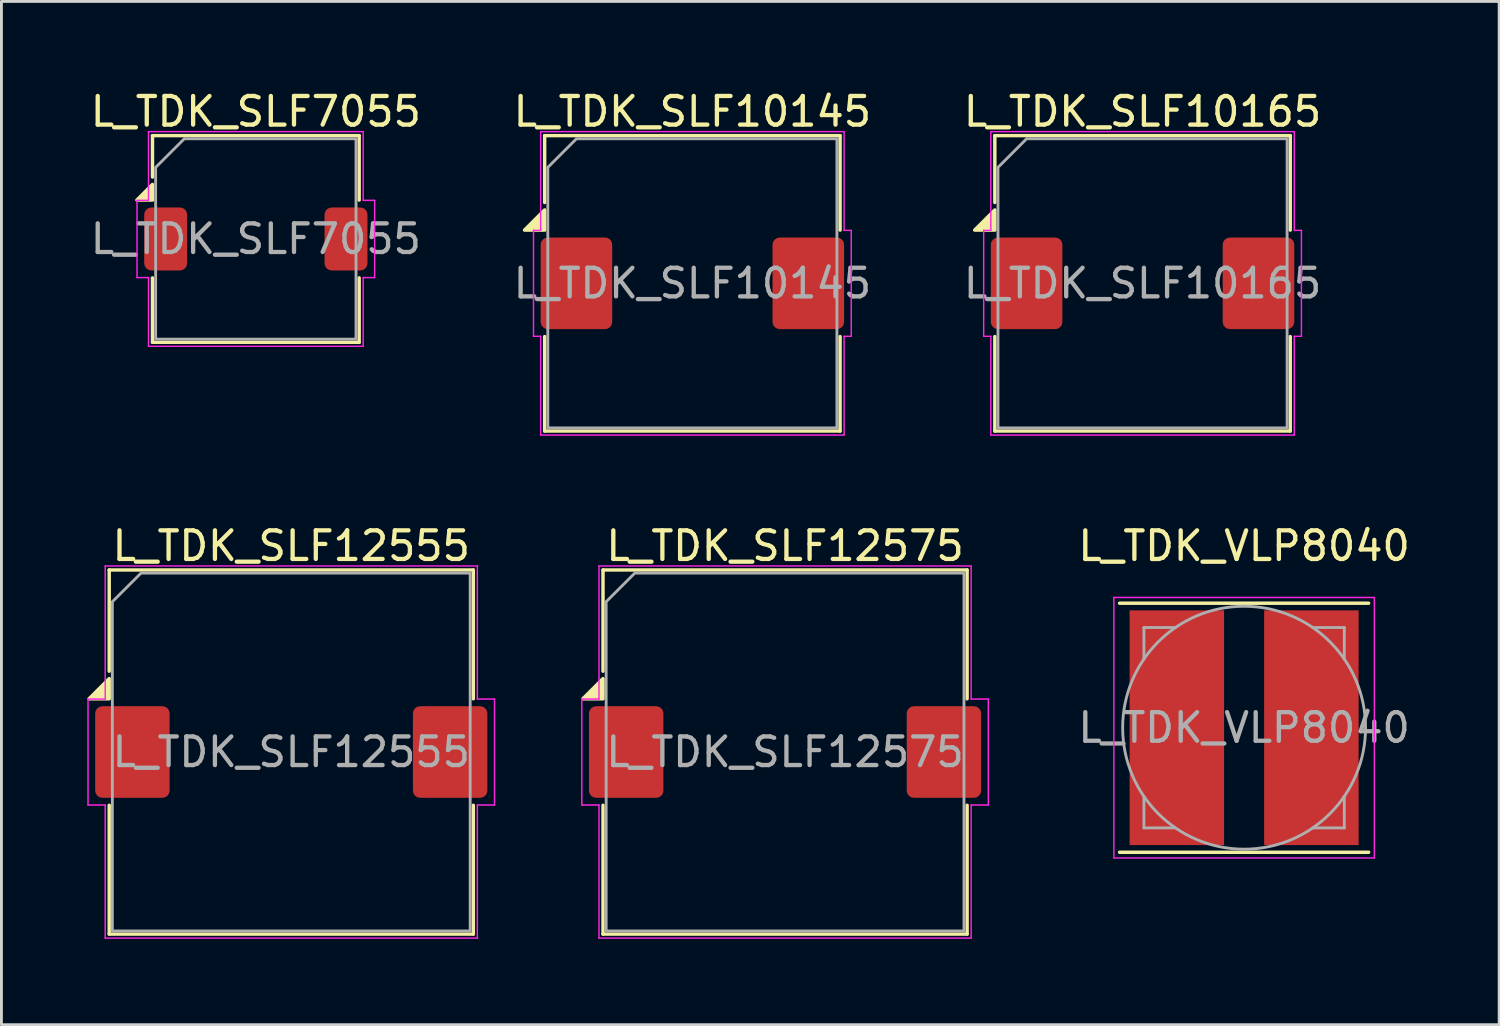
<source format=kicad_pcb>
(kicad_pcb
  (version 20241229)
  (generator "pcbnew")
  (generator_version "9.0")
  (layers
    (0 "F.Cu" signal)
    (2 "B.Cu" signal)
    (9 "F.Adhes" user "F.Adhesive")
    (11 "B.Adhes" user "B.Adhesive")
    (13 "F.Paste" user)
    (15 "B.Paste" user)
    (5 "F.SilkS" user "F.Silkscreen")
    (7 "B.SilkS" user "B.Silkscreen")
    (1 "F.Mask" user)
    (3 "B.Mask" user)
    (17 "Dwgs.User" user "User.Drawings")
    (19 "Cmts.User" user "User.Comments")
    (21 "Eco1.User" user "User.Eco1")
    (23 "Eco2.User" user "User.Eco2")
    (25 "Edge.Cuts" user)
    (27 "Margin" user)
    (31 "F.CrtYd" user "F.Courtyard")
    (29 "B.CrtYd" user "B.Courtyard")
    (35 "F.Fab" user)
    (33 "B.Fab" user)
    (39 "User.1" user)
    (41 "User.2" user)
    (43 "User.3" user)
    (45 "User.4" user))
  (footprint "L_TDK_SLF7055"
    (layer "F.Cu")
    (at 5.887 5.298)
    (property "Reference" "L_TDK_SLF7055" (at 0 -4.45 0) (layer "F.SilkS") (effects (font (size 1 1) (thickness 0.15))))
    (attr smd)
    (fp_line (start -3.61 -3.61) (end 3.61 -3.61) (stroke (width 0.12) (type solid)) (layer "F.SilkS"))
    (fp_line (start -3.61 -2.164) (end -3.61 -3.61) (stroke (width 0.12) (type solid)) (layer "F.SilkS"))
    (fp_line (start -3.61 3.61) (end -3.61 1.36) (stroke (width 0.12) (type solid)) (layer "F.SilkS"))
    (fp_line (start 3.61 -3.61) (end 3.61 -1.36) (stroke (width 0.12) (type solid)) (layer "F.SilkS"))
    (fp_line (start 3.61 1.36) (end 3.61 3.61) (stroke (width 0.12) (type solid)) (layer "F.SilkS"))
    (fp_line (start 3.61 3.61) (end -3.61 3.61) (stroke (width 0.12) (type solid)) (layer "F.SilkS"))
    (fp_poly (pts (xy -3.61 -1.36) (xy -4.154 -1.36) (xy -3.61 -1.904)) (stroke (width 0.12) (type solid)) (fill yes) (layer "F.SilkS"))
    (fp_line (start -4.15 -1.35) (end -3.75 -1.35) (stroke (width 0.05) (type solid)) (layer "F.CrtYd"))
    (fp_line (start -4.15 1.35) (end -4.15 -1.35) (stroke (width 0.05) (type solid)) (layer "F.CrtYd"))
    (fp_line (start -3.75 -3.75) (end 3.75 -3.75) (stroke (width 0.05) (type solid)) (layer "F.CrtYd"))
    (fp_line (start -3.75 -1.35) (end -3.75 -3.75) (stroke (width 0.05) (type solid)) (layer "F.CrtYd"))
    (fp_line (start -3.75 1.35) (end -4.15 1.35) (stroke (width 0.05) (type solid)) (layer "F.CrtYd"))
    (fp_line (start -3.75 3.75) (end -3.75 1.35) (stroke (width 0.05) (type solid)) (layer "F.CrtYd"))
    (fp_line (start 3.75 -3.75) (end 3.75 -1.35) (stroke (width 0.05) (type solid)) (layer "F.CrtYd"))
    (fp_line (start 3.75 -1.35) (end 4.15 -1.35) (stroke (width 0.05) (type solid)) (layer "F.CrtYd"))
    (fp_line (start 3.75 1.35) (end 3.75 3.75) (stroke (width 0.05) (type solid)) (layer "F.CrtYd"))
    (fp_line (start 3.75 3.75) (end -3.75 3.75) (stroke (width 0.05) (type solid)) (layer "F.CrtYd"))
    (fp_line (start 4.15 -1.35) (end 4.15 1.35) (stroke (width 0.05) (type solid)) (layer "F.CrtYd"))
    (fp_line (start 4.15 1.35) (end 3.75 1.35) (stroke (width 0.05) (type solid)) (layer "F.CrtYd"))
    (fp_poly (pts (xy -3.5 -2.5) (xy -3.5 3.5) (xy 3.5 3.5) (xy 3.5 -3.5) (xy -2.5 -3.5)) (stroke (width 0.1) (type solid)) (fill no) (layer "F.Fab"))
    (fp_text user "${REFERENCE}" (at 0 0 0) (layer "F.Fab") (effects (font (size 1 1) (thickness 0.15))))
    (pad "1" smd roundrect (at -3.15 0) (size 1.5 2.2) (layers "F.Cu" "F.Mask" "F.Paste") (roundrect_rratio 0.167))
    (pad "2" smd roundrect (at 3.15 0) (size 1.5 2.2) (layers "F.Cu" "F.Mask" "F.Paste") (roundrect_rratio 0.167)))
  (footprint "L_TDK_VLP8040"
    (layer "F.Cu")
    (at 40.411 22.372)
    (property "Reference" "L_TDK_VLP8040" (at 0 -6.35 0) (layer "F.SilkS") (effects (font (size 1 1) (thickness 0.15))))
    (attr smd)
    (fp_line (start -4.35 -4.35) (end 4.35 -4.35) (stroke (width 0.12) (type solid)) (layer "F.SilkS"))
    (fp_line (start -4.35 4.35) (end 4.35 4.35) (stroke (width 0.12) (type solid)) (layer "F.SilkS"))
    (fp_line (start -4.55 -4.55) (end -4.55 4.55) (stroke (width 0.05) (type solid)) (layer "F.CrtYd"))
    (fp_line (start -4.55 4.55) (end 4.55 4.55) (stroke (width 0.05) (type solid)) (layer "F.CrtYd"))
    (fp_line (start 4.55 -4.55) (end -4.55 -4.55) (stroke (width 0.05) (type solid)) (layer "F.CrtYd"))
    (fp_line (start 4.55 4.55) (end 4.55 -4.55) (stroke (width 0.05) (type solid)) (layer "F.CrtYd"))
    (fp_line (start -3.5 -3.5) (end -2.4 -3.5) (stroke (width 0.1) (type solid)) (layer "F.Fab"))
    (fp_line (start -3.5 -2.4) (end -3.5 -3.5) (stroke (width 0.1) (type solid)) (layer "F.Fab"))
    (fp_line (start -3.5 2.4) (end -3.5 3.5) (stroke (width 0.1) (type solid)) (layer "F.Fab"))
    (fp_line (start -3.5 3.5) (end -2.4 3.5) (stroke (width 0.1) (type solid)) (layer "F.Fab"))
    (fp_line (start 3.5 -3.5) (end 2.4 -3.5) (stroke (width 0.1) (type solid)) (layer "F.Fab"))
    (fp_line (start 3.5 -3.5) (end 3.5 -2.4) (stroke (width 0.1) (type solid)) (layer "F.Fab"))
    (fp_line (start 3.5 2.4) (end 3.5 3.5) (stroke (width 0.1) (type solid)) (layer "F.Fab"))
    (fp_line (start 3.5 3.5) (end 2.4 3.5) (stroke (width 0.1) (type solid)) (layer "F.Fab"))
    (fp_circle (center 0 0) (end 3 3) (stroke (width 0.1) (type solid)) (fill no) (layer "F.Fab"))
    (fp_text user "${REFERENCE}" (at 0 0 0) (layer "F.Fab") (effects (font (size 1 1) (thickness 0.15))))
    (pad "1" smd rect (at -2.35 0) (size 3.3 8.2) (layers "F.Cu" "F.Mask" "F.Paste"))
    (pad "2" smd rect (at 2.35 0) (size 3.3 8.2) (layers "F.Cu" "F.Mask" "F.Paste")))
  (footprint "L_TDK_SLF12575"
    (layer "F.Cu")
    (at 24.375 23.221)
    (property "Reference" "L_TDK_SLF12575" (at 0 -7.2 0) (layer "F.SilkS") (effects (font (size 1 1) (thickness 0.15))))
    (attr smd)
    (fp_line (start -6.36 -6.36) (end 6.36 -6.36) (stroke (width 0.12) (type solid)) (layer "F.SilkS"))
    (fp_line (start -6.36 -2.824) (end -6.36 -6.36) (stroke (width 0.12) (type solid)) (layer "F.SilkS"))
    (fp_line (start -6.36 6.36) (end -6.36 1.86) (stroke (width 0.12) (type solid)) (layer "F.SilkS"))
    (fp_line (start 6.36 -6.36) (end 6.36 -1.86) (stroke (width 0.12) (type solid)) (layer "F.SilkS"))
    (fp_line (start 6.36 1.86) (end 6.36 6.36) (stroke (width 0.12) (type solid)) (layer "F.SilkS"))
    (fp_line (start 6.36 6.36) (end -6.36 6.36) (stroke (width 0.12) (type solid)) (layer "F.SilkS"))
    (fp_poly (pts (xy -6.36 -1.86) (xy -7.064 -1.86) (xy -6.36 -2.564)) (stroke (width 0.12) (type solid)) (fill yes) (layer "F.SilkS"))
    (fp_line (start -7.1 -1.85) (end -6.5 -1.85) (stroke (width 0.05) (type solid)) (layer "F.CrtYd"))
    (fp_line (start -7.1 1.85) (end -7.1 -1.85) (stroke (width 0.05) (type solid)) (layer "F.CrtYd"))
    (fp_line (start -6.5 -6.5) (end 6.5 -6.5) (stroke (width 0.05) (type solid)) (layer "F.CrtYd"))
    (fp_line (start -6.5 -1.85) (end -6.5 -6.5) (stroke (width 0.05) (type solid)) (layer "F.CrtYd"))
    (fp_line (start -6.5 1.85) (end -7.1 1.85) (stroke (width 0.05) (type solid)) (layer "F.CrtYd"))
    (fp_line (start -6.5 6.5) (end -6.5 1.85) (stroke (width 0.05) (type solid)) (layer "F.CrtYd"))
    (fp_line (start 6.5 -6.5) (end 6.5 -1.85) (stroke (width 0.05) (type solid)) (layer "F.CrtYd"))
    (fp_line (start 6.5 -1.85) (end 7.1 -1.85) (stroke (width 0.05) (type solid)) (layer "F.CrtYd"))
    (fp_line (start 6.5 1.85) (end 6.5 6.5) (stroke (width 0.05) (type solid)) (layer "F.CrtYd"))
    (fp_line (start 6.5 6.5) (end -6.5 6.5) (stroke (width 0.05) (type solid)) (layer "F.CrtYd"))
    (fp_line (start 7.1 -1.85) (end 7.1 1.85) (stroke (width 0.05) (type solid)) (layer "F.CrtYd"))
    (fp_line (start 7.1 1.85) (end 6.5 1.85) (stroke (width 0.05) (type solid)) (layer "F.CrtYd"))
    (fp_poly (pts (xy -6.25 -5.25) (xy -6.25 6.25) (xy 6.25 6.25) (xy 6.25 -6.25) (xy -5.25 -6.25)) (stroke (width 0.1) (type solid)) (fill no) (layer "F.Fab"))
    (fp_text user "${REFERENCE}" (at 0 0 0) (layer "F.Fab") (effects (font (size 1 1) (thickness 0.15))))
    (pad "1" smd roundrect (at -5.55 0) (size 2.6 3.2) (layers "F.Cu" "F.Mask" "F.Paste") (roundrect_rratio 0.096))
    (pad "2" smd roundrect (at 5.55 0) (size 2.6 3.2) (layers "F.Cu" "F.Mask" "F.Paste") (roundrect_rratio 0.096)))
  (footprint "L_TDK_SLF12555"
    (layer "F.Cu")
    (at 7.125 23.221)
    (property "Reference" "L_TDK_SLF12555" (at 0 -7.2 0) (layer "F.SilkS") (effects (font (size 1 1) (thickness 0.15))))
    (attr smd)
    (fp_line (start -6.36 -6.36) (end 6.36 -6.36) (stroke (width 0.12) (type solid)) (layer "F.SilkS"))
    (fp_line (start -6.36 -2.824) (end -6.36 -6.36) (stroke (width 0.12) (type solid)) (layer "F.SilkS"))
    (fp_line (start -6.36 6.36) (end -6.36 1.86) (stroke (width 0.12) (type solid)) (layer "F.SilkS"))
    (fp_line (start 6.36 -6.36) (end 6.36 -1.86) (stroke (width 0.12) (type solid)) (layer "F.SilkS"))
    (fp_line (start 6.36 1.86) (end 6.36 6.36) (stroke (width 0.12) (type solid)) (layer "F.SilkS"))
    (fp_line (start 6.36 6.36) (end -6.36 6.36) (stroke (width 0.12) (type solid)) (layer "F.SilkS"))
    (fp_poly (pts (xy -6.36 -1.86) (xy -7.064 -1.86) (xy -6.36 -2.564)) (stroke (width 0.12) (type solid)) (fill yes) (layer "F.SilkS"))
    (fp_line (start -7.1 -1.85) (end -6.5 -1.85) (stroke (width 0.05) (type solid)) (layer "F.CrtYd"))
    (fp_line (start -7.1 1.85) (end -7.1 -1.85) (stroke (width 0.05) (type solid)) (layer "F.CrtYd"))
    (fp_line (start -6.5 -6.5) (end 6.5 -6.5) (stroke (width 0.05) (type solid)) (layer "F.CrtYd"))
    (fp_line (start -6.5 -1.85) (end -6.5 -6.5) (stroke (width 0.05) (type solid)) (layer "F.CrtYd"))
    (fp_line (start -6.5 1.85) (end -7.1 1.85) (stroke (width 0.05) (type solid)) (layer "F.CrtYd"))
    (fp_line (start -6.5 6.5) (end -6.5 1.85) (stroke (width 0.05) (type solid)) (layer "F.CrtYd"))
    (fp_line (start 6.5 -6.5) (end 6.5 -1.85) (stroke (width 0.05) (type solid)) (layer "F.CrtYd"))
    (fp_line (start 6.5 -1.85) (end 7.1 -1.85) (stroke (width 0.05) (type solid)) (layer "F.CrtYd"))
    (fp_line (start 6.5 1.85) (end 6.5 6.5) (stroke (width 0.05) (type solid)) (layer "F.CrtYd"))
    (fp_line (start 6.5 6.5) (end -6.5 6.5) (stroke (width 0.05) (type solid)) (layer "F.CrtYd"))
    (fp_line (start 7.1 -1.85) (end 7.1 1.85) (stroke (width 0.05) (type solid)) (layer "F.CrtYd"))
    (fp_line (start 7.1 1.85) (end 6.5 1.85) (stroke (width 0.05) (type solid)) (layer "F.CrtYd"))
    (fp_poly (pts (xy -6.25 -5.25) (xy -6.25 6.25) (xy 6.25 6.25) (xy 6.25 -6.25) (xy -5.25 -6.25)) (stroke (width 0.1) (type solid)) (fill no) (layer "F.Fab"))
    (fp_text user "${REFERENCE}" (at 0 0 0) (layer "F.Fab") (effects (font (size 1 1) (thickness 0.15))))
    (pad "1" smd roundrect (at -5.55 0) (size 2.6 3.2) (layers "F.Cu" "F.Mask" "F.Paste") (roundrect_rratio 0.096))
    (pad "2" smd roundrect (at 5.55 0) (size 2.6 3.2) (layers "F.Cu" "F.Mask" "F.Paste") (roundrect_rratio 0.096)))
  (footprint "L_TDK_SLF10145"
    (layer "F.Cu")
    (at 21.137 6.848)
    (property "Reference" "L_TDK_SLF10145" (at 0 -6 0) (layer "F.SilkS") (effects (font (size 1 1) (thickness 0.15))))
    (attr smd)
    (fp_line (start -5.16 -5.16) (end 5.16 -5.16) (stroke (width 0.12) (type solid)) (layer "F.SilkS"))
    (fp_line (start -5.16 -2.824) (end -5.16 -5.16) (stroke (width 0.12) (type solid)) (layer "F.SilkS"))
    (fp_line (start -5.16 5.16) (end -5.16 1.86) (stroke (width 0.12) (type solid)) (layer "F.SilkS"))
    (fp_line (start 5.16 -5.16) (end 5.16 -1.86) (stroke (width 0.12) (type solid)) (layer "F.SilkS"))
    (fp_line (start 5.16 1.86) (end 5.16 5.16) (stroke (width 0.12) (type solid)) (layer "F.SilkS"))
    (fp_line (start 5.16 5.16) (end -5.16 5.16) (stroke (width 0.12) (type solid)) (layer "F.SilkS"))
    (fp_poly (pts (xy -5.16 -1.86) (xy -5.864 -1.86) (xy -5.16 -2.564)) (stroke (width 0.12) (type solid)) (fill yes) (layer "F.SilkS"))
    (fp_line (start -5.55 -1.85) (end -5.3 -1.85) (stroke (width 0.05) (type solid)) (layer "F.CrtYd"))
    (fp_line (start -5.55 1.85) (end -5.55 -1.85) (stroke (width 0.05) (type solid)) (layer "F.CrtYd"))
    (fp_line (start -5.3 -5.3) (end 5.3 -5.3) (stroke (width 0.05) (type solid)) (layer "F.CrtYd"))
    (fp_line (start -5.3 -1.85) (end -5.3 -5.3) (stroke (width 0.05) (type solid)) (layer "F.CrtYd"))
    (fp_line (start -5.3 1.85) (end -5.55 1.85) (stroke (width 0.05) (type solid)) (layer "F.CrtYd"))
    (fp_line (start -5.3 5.3) (end -5.3 1.85) (stroke (width 0.05) (type solid)) (layer "F.CrtYd"))
    (fp_line (start 5.3 -5.3) (end 5.3 -1.85) (stroke (width 0.05) (type solid)) (layer "F.CrtYd"))
    (fp_line (start 5.3 -1.85) (end 5.55 -1.85) (stroke (width 0.05) (type solid)) (layer "F.CrtYd"))
    (fp_line (start 5.3 1.85) (end 5.3 5.3) (stroke (width 0.05) (type solid)) (layer "F.CrtYd"))
    (fp_line (start 5.3 5.3) (end -5.3 5.3) (stroke (width 0.05) (type solid)) (layer "F.CrtYd"))
    (fp_line (start 5.55 -1.85) (end 5.55 1.85) (stroke (width 0.05) (type solid)) (layer "F.CrtYd"))
    (fp_line (start 5.55 1.85) (end 5.3 1.85) (stroke (width 0.05) (type solid)) (layer "F.CrtYd"))
    (fp_poly (pts (xy -5.05 -4.05) (xy -5.05 5.05) (xy 5.05 5.05) (xy 5.05 -5.05) (xy -4.05 -5.05)) (stroke (width 0.1) (type solid)) (fill no) (layer "F.Fab"))
    (fp_text user "${REFERENCE}" (at 0 0 0) (layer "F.Fab") (effects (font (size 1 1) (thickness 0.15))))
    (pad "1" smd roundrect (at -4.05 0) (size 2.5 3.2) (layers "F.Cu" "F.Mask" "F.Paste") (roundrect_rratio 0.1))
    (pad "2" smd roundrect (at 4.05 0) (size 2.5 3.2) (layers "F.Cu" "F.Mask" "F.Paste") (roundrect_rratio 0.1)))
  (footprint "L_TDK_SLF10165"
    (layer "F.Cu")
    (at 36.863 6.848)
    (property "Reference" "L_TDK_SLF10165" (at 0 -6 0) (layer "F.SilkS") (effects (font (size 1 1) (thickness 0.15))))
    (attr smd)
    (fp_line (start -5.16 -5.16) (end 5.16 -5.16) (stroke (width 0.12) (type solid)) (layer "F.SilkS"))
    (fp_line (start -5.16 -2.824) (end -5.16 -5.16) (stroke (width 0.12) (type solid)) (layer "F.SilkS"))
    (fp_line (start -5.16 5.16) (end -5.16 1.86) (stroke (width 0.12) (type solid)) (layer "F.SilkS"))
    (fp_line (start 5.16 -5.16) (end 5.16 -1.86) (stroke (width 0.12) (type solid)) (layer "F.SilkS"))
    (fp_line (start 5.16 1.86) (end 5.16 5.16) (stroke (width 0.12) (type solid)) (layer "F.SilkS"))
    (fp_line (start 5.16 5.16) (end -5.16 5.16) (stroke (width 0.12) (type solid)) (layer "F.SilkS"))
    (fp_poly (pts (xy -5.16 -1.86) (xy -5.864 -1.86) (xy -5.16 -2.564)) (stroke (width 0.12) (type solid)) (fill yes) (layer "F.SilkS"))
    (fp_line (start -5.55 -1.85) (end -5.3 -1.85) (stroke (width 0.05) (type solid)) (layer "F.CrtYd"))
    (fp_line (start -5.55 1.85) (end -5.55 -1.85) (stroke (width 0.05) (type solid)) (layer "F.CrtYd"))
    (fp_line (start -5.3 -5.3) (end 5.3 -5.3) (stroke (width 0.05) (type solid)) (layer "F.CrtYd"))
    (fp_line (start -5.3 -1.85) (end -5.3 -5.3) (stroke (width 0.05) (type solid)) (layer "F.CrtYd"))
    (fp_line (start -5.3 1.85) (end -5.55 1.85) (stroke (width 0.05) (type solid)) (layer "F.CrtYd"))
    (fp_line (start -5.3 5.3) (end -5.3 1.85) (stroke (width 0.05) (type solid)) (layer "F.CrtYd"))
    (fp_line (start 5.3 -5.3) (end 5.3 -1.85) (stroke (width 0.05) (type solid)) (layer "F.CrtYd"))
    (fp_line (start 5.3 -1.85) (end 5.55 -1.85) (stroke (width 0.05) (type solid)) (layer "F.CrtYd"))
    (fp_line (start 5.3 1.85) (end 5.3 5.3) (stroke (width 0.05) (type solid)) (layer "F.CrtYd"))
    (fp_line (start 5.3 5.3) (end -5.3 5.3) (stroke (width 0.05) (type solid)) (layer "F.CrtYd"))
    (fp_line (start 5.55 -1.85) (end 5.55 1.85) (stroke (width 0.05) (type solid)) (layer "F.CrtYd"))
    (fp_line (start 5.55 1.85) (end 5.3 1.85) (stroke (width 0.05) (type solid)) (layer "F.CrtYd"))
    (fp_poly (pts (xy -5.05 -4.05) (xy -5.05 5.05) (xy 5.05 5.05) (xy 5.05 -5.05) (xy -4.05 -5.05)) (stroke (width 0.1) (type solid)) (fill no) (layer "F.Fab"))
    (fp_text user "${REFERENCE}" (at 0 0 0) (layer "F.Fab") (effects (font (size 1 1) (thickness 0.15))))
    (pad "1" smd roundrect (at -4.05 0) (size 2.5 3.2) (layers "F.Cu" "F.Mask" "F.Paste") (roundrect_rratio 0.1))
    (pad "2" smd roundrect (at 4.05 0) (size 2.5 3.2) (layers "F.Cu" "F.Mask" "F.Paste") (roundrect_rratio 0.1)))
  (gr_rect
    (start -3 -3)
    (end 49.321 32.746)
    (stroke (width 0.1) (type default))
    (fill no)
    (layer "Edge.Cuts")))
</source>
